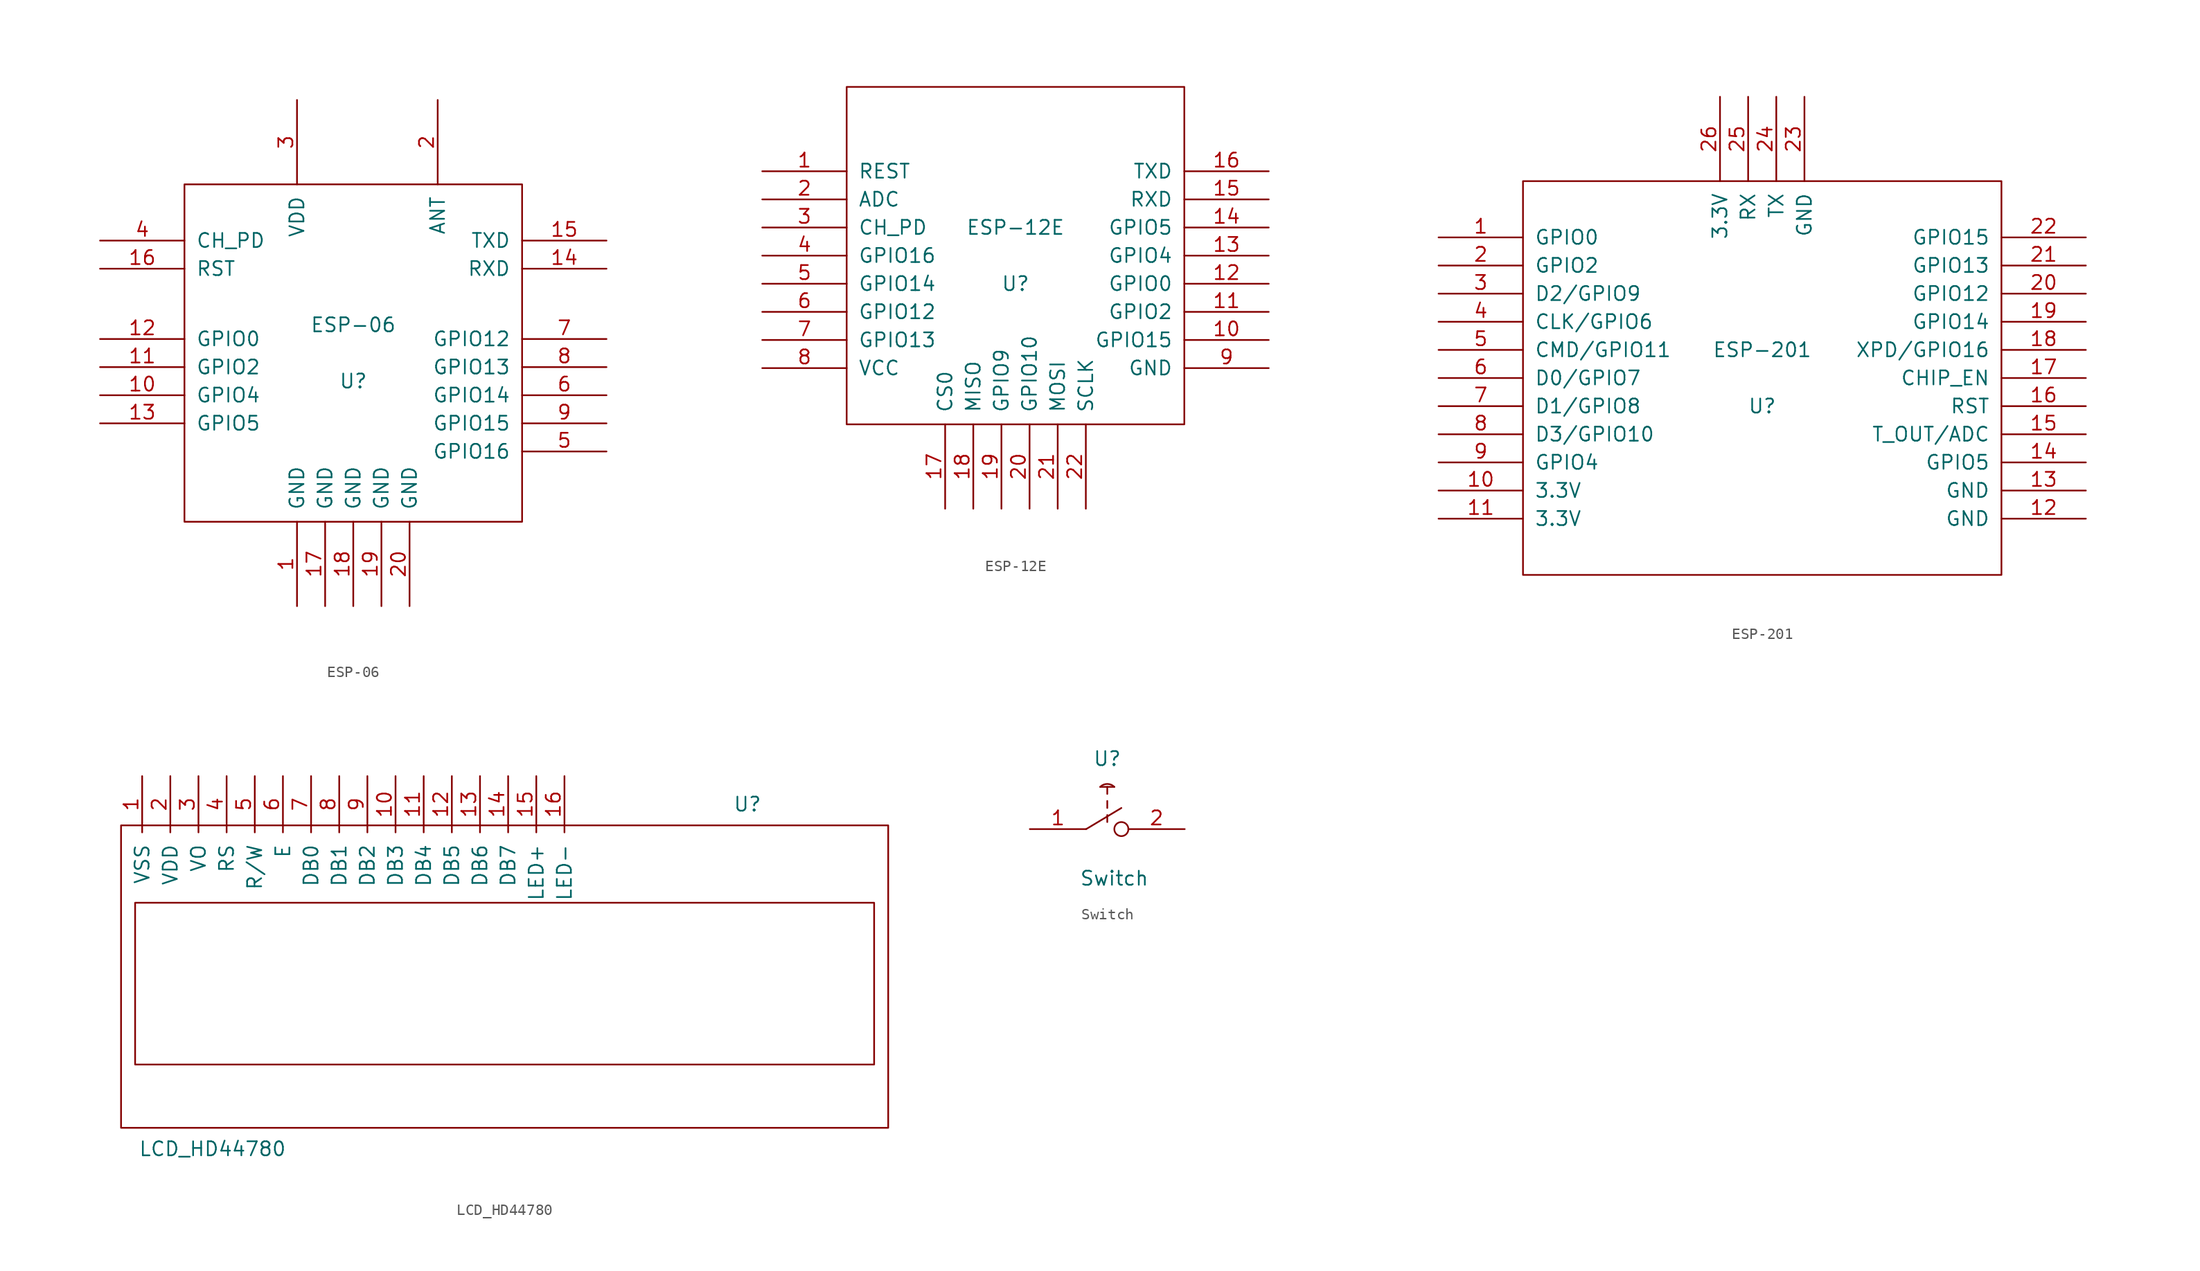
<source format=kicad_sym>
(kicad_symbol_lib
  (version 20231120)
  (generator "kicad_symbol_editor")
  (generator_version "8.0")
  (symbol "ESP-06"
    (pin_names
      (offset 1.016))
    (property "Reference" "U"
      (at 0 -2.54 0)
      (effects (font (size 1.27 1.27))))
    (property "Value" "ESP-06"
      (at 0 2.54 0)
      (effects (font (size 1.27 1.27))))
    (symbol "ESP-06_1_0"
      (rectangle (start -15.24 -15.24) (end 15.24 15.24) (stroke (width 0) (type default)) (fill (type none))))
    (symbol "ESP-06_1_1"
      (pin power_in line (at -5.08 -22.86 90) (length 7.62) (name "GND" (effects (font (size 1.27 1.27)))) (number "1" (effects (font (size 1.27 1.27)))))
      (pin bidirectional line (at -22.86 -3.81 0) (length 7.62) (name "GPIO4" (effects (font (size 1.27 1.27)))) (number "10" (effects (font (size 1.27 1.27)))))
      (pin bidirectional line (at -22.86 -1.27 0) (length 7.62) (name "GPIO2" (effects (font (size 1.27 1.27)))) (number "11" (effects (font (size 1.27 1.27)))))
      (pin bidirectional line (at -22.86 1.27 0) (length 7.62) (name "GPIO0" (effects (font (size 1.27 1.27)))) (number "12" (effects (font (size 1.27 1.27)))))
      (pin bidirectional line (at -22.86 -6.35 0) (length 7.62) (name "GPIO5" (effects (font (size 1.27 1.27)))) (number "13" (effects (font (size 1.27 1.27)))))
      (pin input line (at 22.86 7.62 180) (length 7.62) (name "RXD" (effects (font (size 1.27 1.27)))) (number "14" (effects (font (size 1.27 1.27)))))
      (pin output line (at 22.86 10.16 180) (length 7.62) (name "TXD" (effects (font (size 1.27 1.27)))) (number "15" (effects (font (size 1.27 1.27)))))
      (pin input line (at -22.86 7.62 0) (length 7.62) (name "RST" (effects (font (size 1.27 1.27)))) (number "16" (effects (font (size 1.27 1.27)))))
      (pin power_in line (at -2.54 -22.86 90) (length 7.62) (name "GND" (effects (font (size 1.27 1.27)))) (number "17" (effects (font (size 1.27 1.27)))))
      (pin power_in line (at 0 -22.86 90) (length 7.62) (name "GND" (effects (font (size 1.27 1.27)))) (number "18" (effects (font (size 1.27 1.27)))))
      (pin power_in line (at 2.54 -22.86 90) (length 7.62) (name "GND" (effects (font (size 1.27 1.27)))) (number "19" (effects (font (size 1.27 1.27)))))
      (pin unspecified line (at 7.62 22.86 270) (length 7.62) (name "ANT" (effects (font (size 1.27 1.27)))) (number "2" (effects (font (size 1.27 1.27)))))
      (pin power_in line (at 5.08 -22.86 90) (length 7.62) (name "GND" (effects (font (size 1.27 1.27)))) (number "20" (effects (font (size 1.27 1.27)))))
      (pin power_in line (at -5.08 22.86 270) (length 7.62) (name "VDD" (effects (font (size 1.27 1.27)))) (number "3" (effects (font (size 1.27 1.27)))))
      (pin input line (at -22.86 10.16 0) (length 7.62) (name "CH_PD" (effects (font (size 1.27 1.27)))) (number "4" (effects (font (size 1.27 1.27)))))
      (pin bidirectional line (at 22.86 -8.89 180) (length 7.62) (name "GPIO16" (effects (font (size 1.27 1.27)))) (number "5" (effects (font (size 1.27 1.27)))))
      (pin bidirectional line (at 22.86 -3.81 180) (length 7.62) (name "GPIO14" (effects (font (size 1.27 1.27)))) (number "6" (effects (font (size 1.27 1.27)))))
      (pin bidirectional line (at 22.86 1.27 180) (length 7.62) (name "GPIO12" (effects (font (size 1.27 1.27)))) (number "7" (effects (font (size 1.27 1.27)))))
      (pin bidirectional line (at 22.86 -1.27 180) (length 7.62) (name "GPIO13" (effects (font (size 1.27 1.27)))) (number "8" (effects (font (size 1.27 1.27)))))
      (pin bidirectional line (at 22.86 -6.35 180) (length 7.62) (name "GPIO15" (effects (font (size 1.27 1.27)))) (number "9" (effects (font (size 1.27 1.27)))))))
  (symbol "ESP-12E"
    (pin_names
      (offset 1.016))
    (property "Reference" "U"
      (at 0 -2.54 0)
      (effects (font (size 1.27 1.27))))
    (property "Value" "ESP-12E"
      (at 0 2.54 0)
      (effects (font (size 1.27 1.27))))
    (symbol "ESP-12E_1_0"
      (rectangle (start -15.24 -15.24) (end 15.24 15.24) (stroke (width 0) (type default)) (fill (type none))))
    (symbol "ESP-12E_1_1"
      (pin input line (at -22.86 7.62 0) (length 7.62) (name "REST" (effects (font (size 1.27 1.27)))) (number "1" (effects (font (size 1.27 1.27)))))
      (pin bidirectional line (at 22.86 -7.62 180) (length 7.62) (name "GPIO15" (effects (font (size 1.27 1.27)))) (number "10" (effects (font (size 1.27 1.27)))))
      (pin bidirectional line (at 22.86 -5.08 180) (length 7.62) (name "GPIO2" (effects (font (size 1.27 1.27)))) (number "11" (effects (font (size 1.27 1.27)))))
      (pin bidirectional line (at 22.86 -2.54 180) (length 7.62) (name "GPIO0" (effects (font (size 1.27 1.27)))) (number "12" (effects (font (size 1.27 1.27)))))
      (pin bidirectional line (at 22.86 0 180) (length 7.62) (name "GPIO4" (effects (font (size 1.27 1.27)))) (number "13" (effects (font (size 1.27 1.27)))))
      (pin bidirectional line (at 22.86 2.54 180) (length 7.62) (name "GPIO5" (effects (font (size 1.27 1.27)))) (number "14" (effects (font (size 1.27 1.27)))))
      (pin input line (at 22.86 5.08 180) (length 7.62) (name "RXD" (effects (font (size 1.27 1.27)))) (number "15" (effects (font (size 1.27 1.27)))))
      (pin output line (at 22.86 7.62 180) (length 7.62) (name "TXD" (effects (font (size 1.27 1.27)))) (number "16" (effects (font (size 1.27 1.27)))))
      (pin bidirectional line (at -6.35 -22.86 90) (length 7.62) (name "CS0" (effects (font (size 1.27 1.27)))) (number "17" (effects (font (size 1.27 1.27)))))
      (pin bidirectional line (at -3.81 -22.86 90) (length 7.62) (name "MISO" (effects (font (size 1.27 1.27)))) (number "18" (effects (font (size 1.27 1.27)))))
      (pin bidirectional line (at -1.27 -22.86 90) (length 7.62) (name "GPIO9" (effects (font (size 1.27 1.27)))) (number "19" (effects (font (size 1.27 1.27)))))
      (pin passive line (at -22.86 5.08 0) (length 7.62) (name "ADC" (effects (font (size 1.27 1.27)))) (number "2" (effects (font (size 1.27 1.27)))))
      (pin bidirectional line (at 1.27 -22.86 90) (length 7.62) (name "GPIO10" (effects (font (size 1.27 1.27)))) (number "20" (effects (font (size 1.27 1.27)))))
      (pin bidirectional line (at 3.81 -22.86 90) (length 7.62) (name "MOSI" (effects (font (size 1.27 1.27)))) (number "21" (effects (font (size 1.27 1.27)))))
      (pin bidirectional line (at 6.35 -22.86 90) (length 7.62) (name "SCLK" (effects (font (size 1.27 1.27)))) (number "22" (effects (font (size 1.27 1.27)))))
      (pin input line (at -22.86 2.54 0) (length 7.62) (name "CH_PD" (effects (font (size 1.27 1.27)))) (number "3" (effects (font (size 1.27 1.27)))))
      (pin bidirectional line (at -22.86 0 0) (length 7.62) (name "GPIO16" (effects (font (size 1.27 1.27)))) (number "4" (effects (font (size 1.27 1.27)))))
      (pin bidirectional line (at -22.86 -2.54 0) (length 7.62) (name "GPIO14" (effects (font (size 1.27 1.27)))) (number "5" (effects (font (size 1.27 1.27)))))
      (pin bidirectional line (at -22.86 -5.08 0) (length 7.62) (name "GPIO12" (effects (font (size 1.27 1.27)))) (number "6" (effects (font (size 1.27 1.27)))))
      (pin bidirectional line (at -22.86 -7.62 0) (length 7.62) (name "GPIO13" (effects (font (size 1.27 1.27)))) (number "7" (effects (font (size 1.27 1.27)))))
      (pin power_in line (at -22.86 -10.16 0) (length 7.62) (name "VCC" (effects (font (size 1.27 1.27)))) (number "8" (effects (font (size 1.27 1.27)))))
      (pin power_in line (at 22.86 -10.16 180) (length 7.62) (name "GND" (effects (font (size 1.27 1.27)))) (number "9" (effects (font (size 1.27 1.27)))))))
  (symbol "ESP-201"
    (pin_names
      (offset 1.016))
    (property "Reference" "U"
      (at 0 -2.54 0)
      (effects (font (size 1.27 1.27))))
    (property "Value" "ESP-201"
      (at 0 2.54 0)
      (effects (font (size 1.27 1.27))))
    (symbol "ESP-201_1_0"
      (rectangle (start -21.59 -17.78) (end 21.59 17.78) (stroke (width 0) (type default)) (fill (type none))))
    (symbol "ESP-201_1_1"
      (pin bidirectional line (at -29.21 12.7 0) (length 7.62) (name "GPIO0" (effects (font (size 1.27 1.27)))) (number "1" (effects (font (size 1.27 1.27)))))
      (pin power_in line (at -29.21 -10.16 0) (length 7.62) (name "3.3V" (effects (font (size 1.27 1.27)))) (number "10" (effects (font (size 1.27 1.27)))))
      (pin power_in line (at -29.21 -12.7 0) (length 7.62) (name "3.3V" (effects (font (size 1.27 1.27)))) (number "11" (effects (font (size 1.27 1.27)))))
      (pin power_in line (at 29.21 -12.7 180) (length 7.62) (name "GND" (effects (font (size 1.27 1.27)))) (number "12" (effects (font (size 1.27 1.27)))))
      (pin power_in line (at 29.21 -10.16 180) (length 7.62) (name "GND" (effects (font (size 1.27 1.27)))) (number "13" (effects (font (size 1.27 1.27)))))
      (pin bidirectional line (at 29.21 -7.62 180) (length 7.62) (name "GPIO5" (effects (font (size 1.27 1.27)))) (number "14" (effects (font (size 1.27 1.27)))))
      (pin bidirectional line (at 29.21 -5.08 180) (length 7.62) (name "T_OUT/ADC" (effects (font (size 1.27 1.27)))) (number "15" (effects (font (size 1.27 1.27)))))
      (pin input line (at 29.21 -2.54 180) (length 7.62) (name "RST" (effects (font (size 1.27 1.27)))) (number "16" (effects (font (size 1.27 1.27)))))
      (pin input line (at 29.21 0 180) (length 7.62) (name "CHIP_EN" (effects (font (size 1.27 1.27)))) (number "17" (effects (font (size 1.27 1.27)))))
      (pin bidirectional line (at 29.21 2.54 180) (length 7.62) (name "XPD/GPIO16" (effects (font (size 1.27 1.27)))) (number "18" (effects (font (size 1.27 1.27)))))
      (pin bidirectional line (at 29.21 5.08 180) (length 7.62) (name "GPIO14" (effects (font (size 1.27 1.27)))) (number "19" (effects (font (size 1.27 1.27)))))
      (pin bidirectional line (at -29.21 10.16 0) (length 7.62) (name "GPIO2" (effects (font (size 1.27 1.27)))) (number "2" (effects (font (size 1.27 1.27)))))
      (pin bidirectional line (at 29.21 7.62 180) (length 7.62) (name "GPIO12" (effects (font (size 1.27 1.27)))) (number "20" (effects (font (size 1.27 1.27)))))
      (pin bidirectional line (at 29.21 10.16 180) (length 7.62) (name "GPIO13" (effects (font (size 1.27 1.27)))) (number "21" (effects (font (size 1.27 1.27)))))
      (pin bidirectional line (at 29.21 12.7 180) (length 7.62) (name "GPIO15" (effects (font (size 1.27 1.27)))) (number "22" (effects (font (size 1.27 1.27)))))
      (pin power_in line (at 3.81 25.4 270) (length 7.62) (name "GND" (effects (font (size 1.27 1.27)))) (number "23" (effects (font (size 1.27 1.27)))))
      (pin output line (at 1.27 25.4 270) (length 7.62) (name "TX" (effects (font (size 1.27 1.27)))) (number "24" (effects (font (size 1.27 1.27)))))
      (pin input line (at -1.27 25.4 270) (length 7.62) (name "RX" (effects (font (size 1.27 1.27)))) (number "25" (effects (font (size 1.27 1.27)))))
      (pin power_in line (at -3.81 25.4 270) (length 7.62) (name "3.3V" (effects (font (size 1.27 1.27)))) (number "26" (effects (font (size 1.27 1.27)))))
      (pin output line (at -29.21 7.62 0) (length 7.62) (name "D2/GPIO9" (effects (font (size 1.27 1.27)))) (number "3" (effects (font (size 1.27 1.27)))))
      (pin output line (at -29.21 5.08 0) (length 7.62) (name "CLK/GPIO6" (effects (font (size 1.27 1.27)))) (number "4" (effects (font (size 1.27 1.27)))))
      (pin output line (at -29.21 2.54 0) (length 7.62) (name "CMD/GPIO11" (effects (font (size 1.27 1.27)))) (number "5" (effects (font (size 1.27 1.27)))))
      (pin output line (at -29.21 0 0) (length 7.62) (name "D0/GPIO7" (effects (font (size 1.27 1.27)))) (number "6" (effects (font (size 1.27 1.27)))))
      (pin output line (at -29.21 -2.54 0) (length 7.62) (name "D1/GPIO8" (effects (font (size 1.27 1.27)))) (number "7" (effects (font (size 1.27 1.27)))))
      (pin output line (at -29.21 -5.08 0) (length 7.62) (name "D3/GPIO10" (effects (font (size 1.27 1.27)))) (number "8" (effects (font (size 1.27 1.27)))))
      (pin bidirectional line (at -29.21 -7.62 0) (length 7.62) (name "GPIO4" (effects (font (size 1.27 1.27)))) (number "9" (effects (font (size 1.27 1.27)))))))
  (symbol "LCD_HD44780"
    (pin_names
      (offset 1.016))
    (property "Reference" "U"
      (at 54.61 -2.54 0)
      (effects (font (size 1.27 1.27))))
    (property "Value" "LCD_HD44780"
      (at 6.35 -33.655 0)
      (effects (font (size 1.27 1.27))))
    (symbol "LCD_HD44780_0_1"
      (rectangle (start -0.635 -11.43) (end 66.04 -26.035) (stroke (width 0) (type default)) (fill (type none)))
      (polyline (pts (xy -1.905 -4.445) (xy 67.31 -4.445) (xy 67.31 -31.75) (xy -1.905 -31.75) (xy -1.905 -4.445)) (stroke (width 0) (type default)) (fill (type none))))
    (symbol "LCD_HD44780_1_1"
      (pin input line (at 0 0 270) (length 5.08) (name "VSS" (effects (font (size 1.27 1.27)))) (number "1" (effects (font (size 1.27 1.27)))))
      (pin input line (at 22.86 0 270) (length 5.08) (name "DB3" (effects (font (size 1.27 1.27)))) (number "10" (effects (font (size 1.27 1.27)))))
      (pin input line (at 25.4 0 270) (length 5.08) (name "DB4" (effects (font (size 1.27 1.27)))) (number "11" (effects (font (size 1.27 1.27)))))
      (pin input line (at 27.94 0 270) (length 5.08) (name "DB5" (effects (font (size 1.27 1.27)))) (number "12" (effects (font (size 1.27 1.27)))))
      (pin input line (at 30.48 0 270) (length 5.08) (name "DB6" (effects (font (size 1.27 1.27)))) (number "13" (effects (font (size 1.27 1.27)))))
      (pin input line (at 33.02 0 270) (length 5.08) (name "DB7" (effects (font (size 1.27 1.27)))) (number "14" (effects (font (size 1.27 1.27)))))
      (pin input line (at 35.56 0 270) (length 5.08) (name "LED+" (effects (font (size 1.27 1.27)))) (number "15" (effects (font (size 1.27 1.27)))))
      (pin input line (at 38.1 0 270) (length 5.08) (name "LED-" (effects (font (size 1.27 1.27)))) (number "16" (effects (font (size 1.27 1.27)))))
      (pin input line (at 2.54 0 270) (length 5.08) (name "VDD" (effects (font (size 1.27 1.27)))) (number "2" (effects (font (size 1.27 1.27)))))
      (pin input line (at 5.08 0 270) (length 5.08) (name "VO" (effects (font (size 1.27 1.27)))) (number "3" (effects (font (size 1.27 1.27)))))
      (pin input line (at 7.62 0 270) (length 5.08) (name "RS" (effects (font (size 1.27 1.27)))) (number "4" (effects (font (size 1.27 1.27)))))
      (pin input line (at 10.16 0 270) (length 5.08) (name "R/W" (effects (font (size 1.27 1.27)))) (number "5" (effects (font (size 1.27 1.27)))))
      (pin input line (at 12.7 0 270) (length 5.08) (name "E" (effects (font (size 1.27 1.27)))) (number "6" (effects (font (size 1.27 1.27)))))
      (pin input line (at 15.24 0 270) (length 5.08) (name "DB0" (effects (font (size 1.27 1.27)))) (number "7" (effects (font (size 1.27 1.27)))))
      (pin input line (at 17.78 0 270) (length 5.08) (name "DB1" (effects (font (size 1.27 1.27)))) (number "8" (effects (font (size 1.27 1.27)))))
      (pin input line (at 20.32 0 270) (length 5.08) (name "DB2" (effects (font (size 1.27 1.27)))) (number "9" (effects (font (size 1.27 1.27)))))))
  (symbol "Switch"
    (pin_names hide)
    (property "Reference" "U"
      (at 6.985 6.35 0)
      (effects (font (size 1.27 1.27))))
    (property "Value" "Switch"
      (at 7.62 -4.445 0)
      (effects (font (size 1.27 1.27))))
    (symbol "Switch_0_1"
      (polyline (pts (xy 5.08 0) (xy 8.255 1.905)) (stroke (width 0.152) (type default)) (fill (type none)))
      (polyline (pts (xy 6.35 3.81) (xy 7.62 3.81)) (stroke (width 0.152) (type default)) (fill (type none)))
      (polyline (pts (xy 6.985 0.635) (xy 6.985 1.27)) (stroke (width 0.152) (type default)) (fill (type none)))
      (polyline (pts (xy 6.985 1.905) (xy 6.985 2.54)) (stroke (width 0.152) (type default)) (fill (type none)))
      (polyline (pts (xy 6.985 3.175) (xy 6.985 3.81)) (stroke (width 0.152) (type default)) (fill (type none)))
      (arc (start 7.62 3.81) (mid 6.985 4.073) (end 6.35 3.81) (stroke (width 0.1524) (type default)) (fill (type none)))
      (circle (center 8.255 0) (radius 0.635) (stroke (width 0.152) (type default)) (fill (type none))))
    (symbol "Switch_1_1"
      (pin passive line (at 0 0 0) (length 5.08) (name "Com" (effects (font (size 1.27 1.27)))) (number "1" (effects (font (size 1.27 1.27)))))
      (pin passive line (at 13.97 0 180) (length 5.08) (name "NO" (effects (font (size 1.27 1.27)))) (number "2" (effects (font (size 1.27 1.27))))))))
</source>
